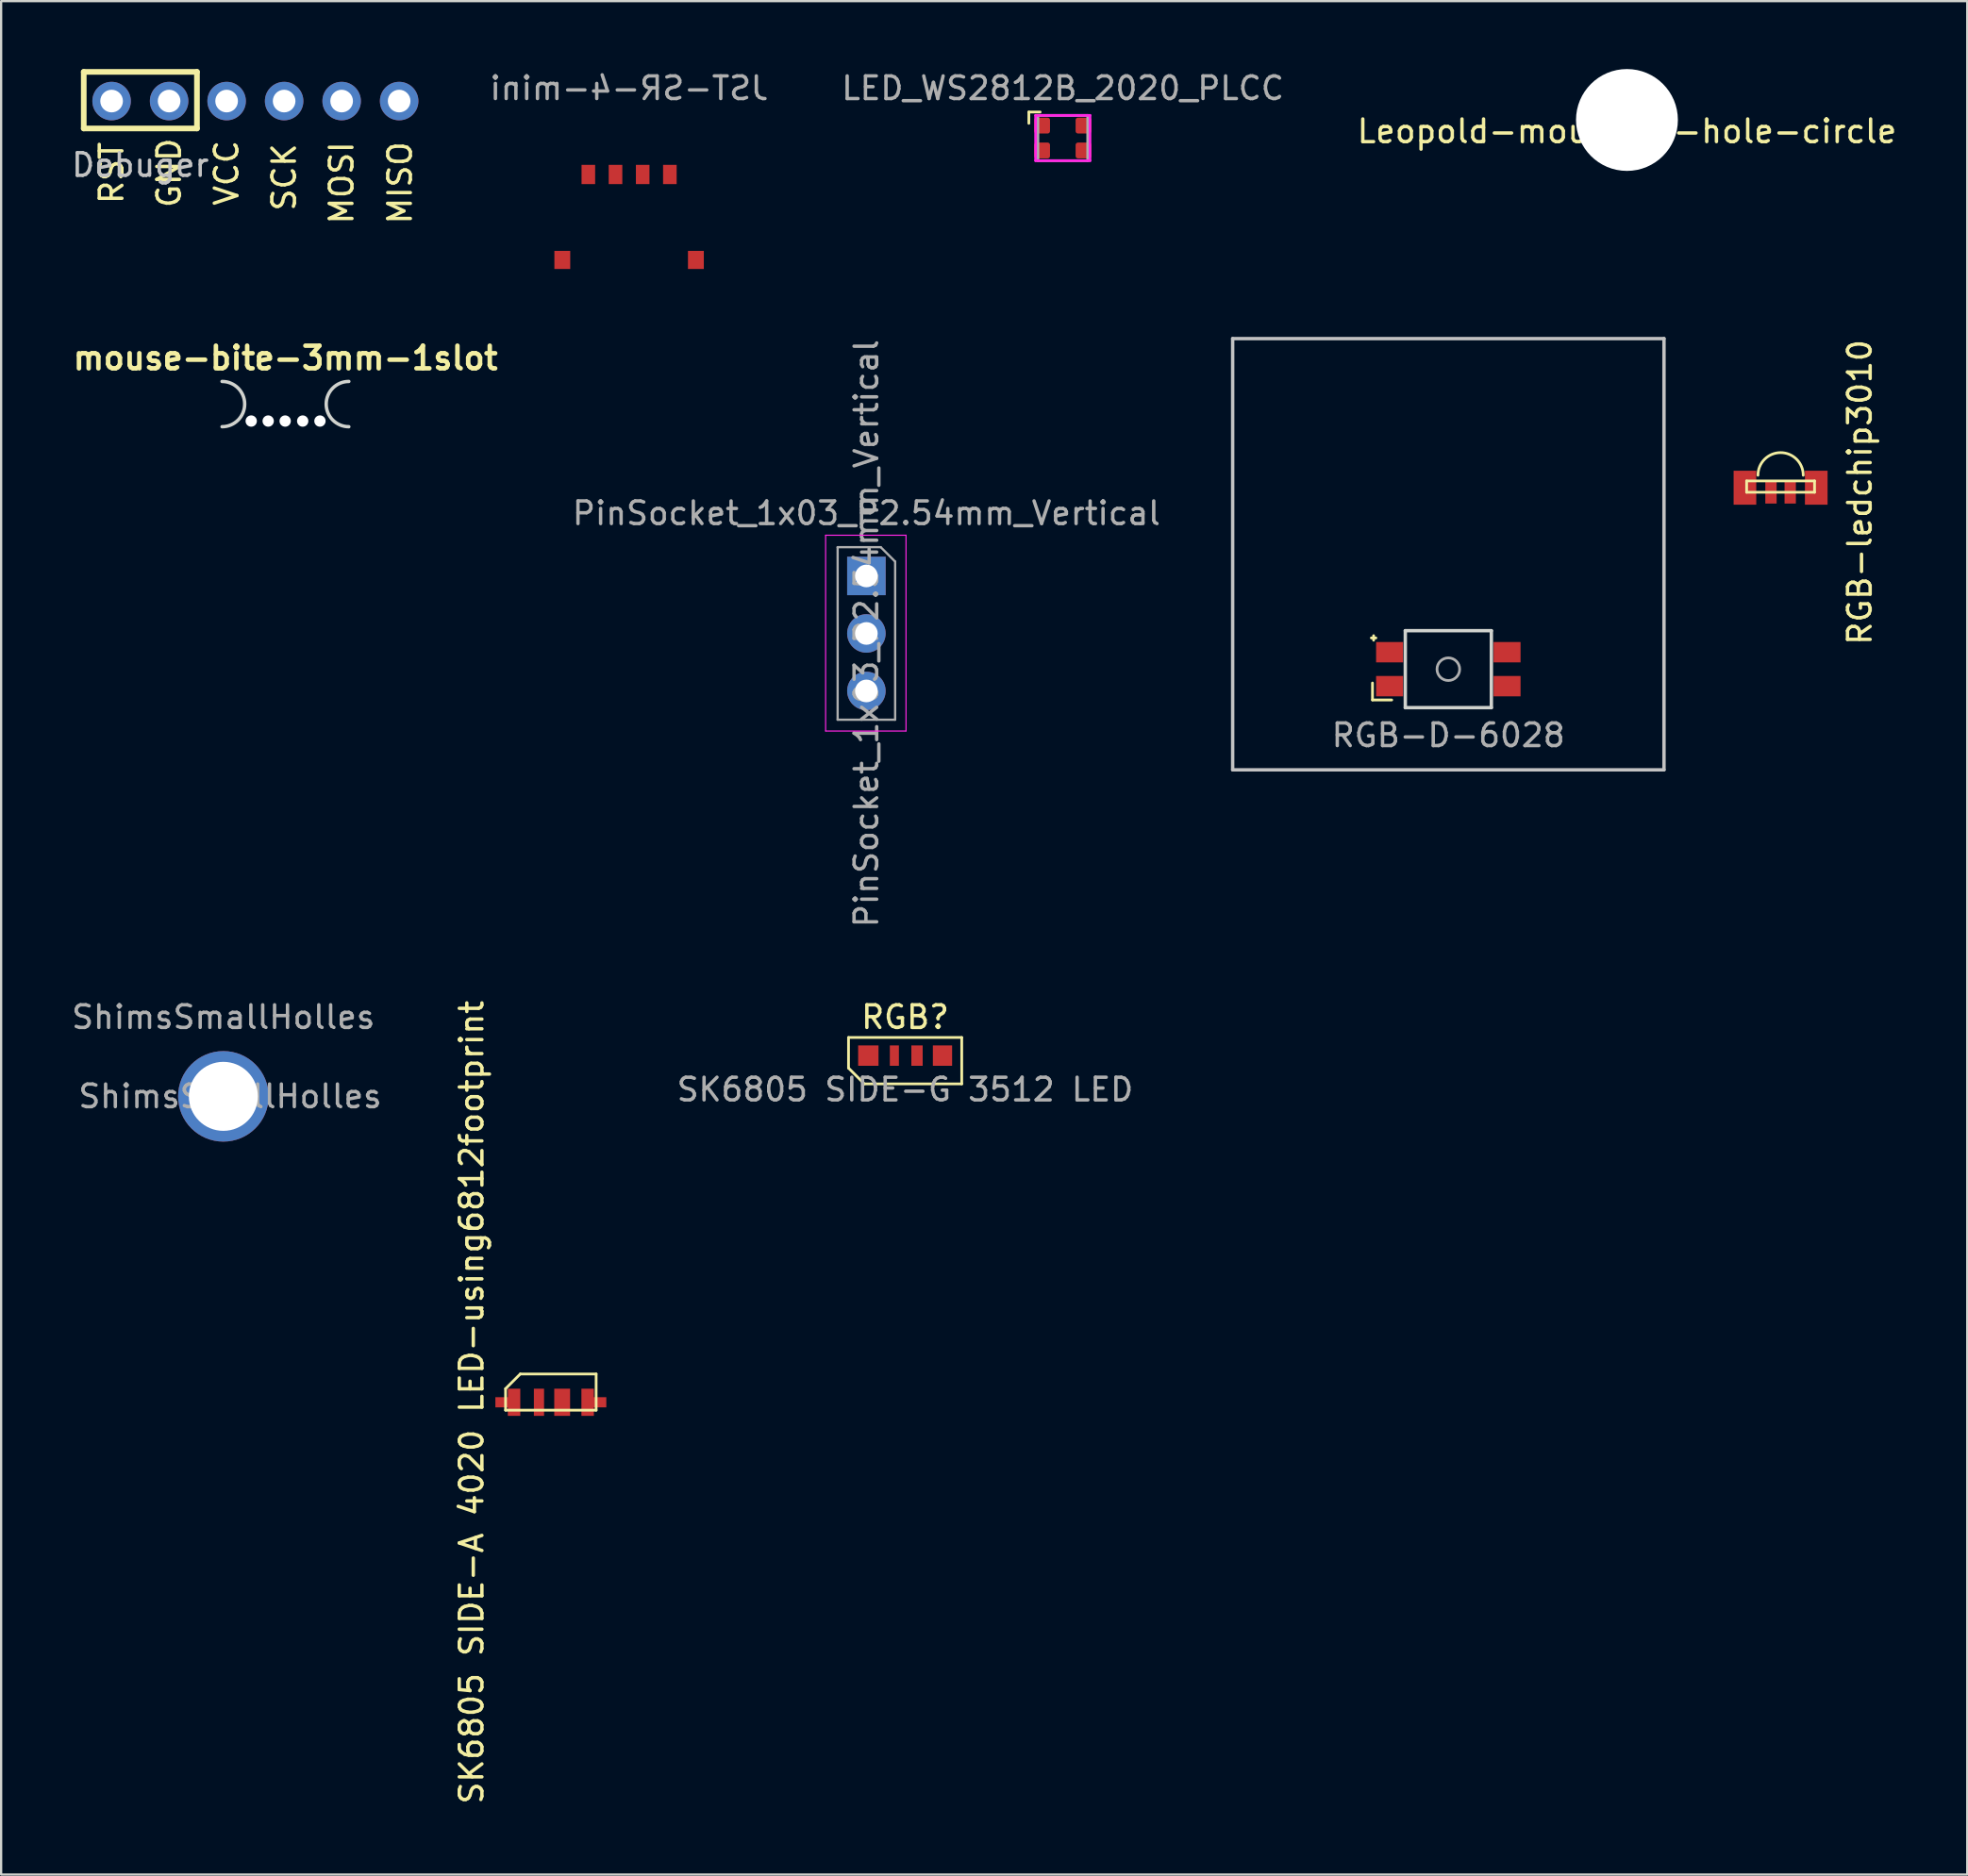
<source format=kicad_pcb>
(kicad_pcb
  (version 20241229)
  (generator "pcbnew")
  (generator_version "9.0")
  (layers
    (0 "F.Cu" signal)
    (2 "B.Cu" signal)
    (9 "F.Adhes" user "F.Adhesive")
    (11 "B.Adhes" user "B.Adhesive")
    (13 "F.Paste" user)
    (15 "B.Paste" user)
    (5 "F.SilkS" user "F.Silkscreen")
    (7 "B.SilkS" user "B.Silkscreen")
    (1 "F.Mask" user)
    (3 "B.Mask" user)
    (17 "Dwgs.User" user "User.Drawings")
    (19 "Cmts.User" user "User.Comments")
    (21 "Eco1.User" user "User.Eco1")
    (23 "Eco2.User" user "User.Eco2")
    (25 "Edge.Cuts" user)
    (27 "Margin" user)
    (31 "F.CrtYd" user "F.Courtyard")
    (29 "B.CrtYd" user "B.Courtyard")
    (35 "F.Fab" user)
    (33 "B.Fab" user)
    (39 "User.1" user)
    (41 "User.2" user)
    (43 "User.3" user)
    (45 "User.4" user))
  (footprint "SK6805 SIDE-A 4020 LED-using6812footprint"
    (layer "F.Cu")
    (at 21.279 58.899)
    (property "Reference" "SK6805 SIDE-A 4020 LED-using6812footprint" (at -3.5 0 270) (layer "F.SilkS") (effects (font (size 1 1) (thickness 0.15))))
    (attr through_hole)
    (fp_line (start -2 -0.6) (end -1.35 -1.25) (stroke (width 0.12) (type solid)) (layer "F.SilkS"))
    (fp_line (start -2 0.35) (end -2 -0.6) (stroke (width 0.12) (type solid)) (layer "F.SilkS"))
    (fp_line (start -1.35 -1.25) (end 2 -1.25) (stroke (width 0.12) (type solid)) (layer "F.SilkS"))
    (fp_line (start 2 0.35) (end -2 0.35) (stroke (width 0.12) (type solid)) (layer "F.SilkS"))
    (fp_line (start 2 0.35) (end 2 -1.25) (stroke (width 0.12) (type solid)) (layer "F.SilkS"))
    (pad "1" smd rect (at 1.625 0 180) (size 0.55 1.2) (layers "F.Cu" "F.Mask" "F.Paste"))
    (pad "1" smd rect (at 2.125 0) (size 0.65 0.45) (layers "F.Cu" "F.Mask" "F.Paste"))
    (pad "2" smd rect (at -2.125 0 180) (size 0.65 0.45) (layers "F.Cu" "F.Mask" "F.Paste"))
    (pad "2" smd rect (at -1.625 0) (size 0.55 1.2) (layers "F.Cu" "F.Mask" "F.Paste"))
    (pad "3" smd rect (at -0.525 0) (size 0.45 1.2) (layers "F.Cu" "F.Mask" "F.Paste"))
    (pad "4" smd rect (at 0.5 0) (size 0.7 1.2) (layers "F.Cu" "F.Mask" "F.Paste")))
  (footprint "Debuger"
    (layer "F.Cu")
    (at 8.229 1.415)
    (property "Reference" "Debuger" (at -5.08 2.825 0) (layer "Dwgs.User") (effects (font (size 1 1) (thickness 0.15))))
    (attr exclude_from_pos_files exclude_from_bom)
    (fp_line (start -7.58 -1.29) (end -2.58 -1.29) (stroke (width 0.25) (type solid)) (layer "F.SilkS"))
    (fp_line (start -7.58 1.21) (end -7.58 -1.29) (stroke (width 0.25) (type solid)) (layer "F.SilkS"))
    (fp_line (start -2.58 -1.29) (end -2.58 1.21) (stroke (width 0.25) (type solid)) (layer "F.SilkS"))
    (fp_line (start -2.58 1.21) (end -7.58 1.21) (stroke (width 0.25) (type solid)) (layer "F.SilkS"))
    (fp_text user "RST" (at -6.35 3.175 90) (layer "F.SilkS") (effects (font (size 1 1) (thickness 0.15))))
    (fp_text user "VCC" (at -1.27 3.175 90) (layer "F.SilkS") (effects (font (size 1 1) (thickness 0.15))))
    (fp_text user "MISO" (at 6.39 3.615 90) (layer "F.SilkS") (effects (font (size 1 1) (thickness 0.15))))
    (fp_text user "SCK" (at 1.27 3.365 90) (layer "F.SilkS") (effects (font (size 1 1) (thickness 0.15))))
    (fp_text user "MOSI" (at 3.81 3.615 270) (layer "F.SilkS") (effects (font (size 1 1) (thickness 0.15))))
    (fp_text user "GND" (at -3.81 3.175 270) (layer "F.SilkS") (effects (font (size 1 1) (thickness 0.15))))
    (pad "1" thru_hole circle (at 6.35 0 90) (size 1.7 1.7) (drill 1) (layers "*.Cu" "*.Mask"))
    (pad "2" thru_hole circle (at -1.27 0) (size 1.7 1.7) (drill 1) (layers "*.Cu" "*.Mask"))
    (pad "3" thru_hole circle (at 1.27 0 90) (size 1.7 1.7) (drill 1) (layers "*.Cu" "*.Mask"))
    (pad "4" thru_hole circle (at 3.81 0 270) (size 1.7 1.7) (drill 1) (layers "*.Cu" "*.Mask"))
    (pad "5" thru_hole circle (at -6.35 0) (size 1.7 1.7) (drill 1) (layers "*.Cu" "*.Mask"))
    (pad "6" thru_hole circle (at -3.81 0) (size 1.7 1.7) (drill 1) (layers "*.Cu" "*.Mask")))
  (footprint "mouse-bite-3mm-1slot"
    (layer "F.Cu")
    (at 9.557 14.801)
    (property "Reference" "mouse-bite-3mm-1slot" (at 0 -2.032 0) (layer "F.SilkS") (effects (font (size 1 1) (thickness 0.2))))
    (attr through_hole)
    (fp_arc (start -2.8 -1) (mid -1.8 0) (end -2.8 1) (stroke (width 0.15) (type solid)) (layer "Edge.Cuts"))
    (fp_arc (start 2.8 1) (mid 1.8 0) (end 2.8 -1) (stroke (width 0.15) (type solid)) (layer "Edge.Cuts"))
    (pad "" np_thru_hole circle (at -1.512 0.75) (size 0.5 0.5) (drill 0.5) (layers "*.Cu" "*.Mask"))
    (pad "" np_thru_hole circle (at -0.762 0.75) (size 0.5 0.5) (drill 0.5) (layers "*.Cu" "*.Mask"))
    (pad "" np_thru_hole circle (at -0.012 0.75) (size 0.5 0.5) (drill 0.5) (layers "*.Cu" "*.Mask"))
    (pad "" np_thru_hole circle (at 0.762 0.75) (size 0.5 0.5) (drill 0.5) (layers "*.Cu" "*.Mask"))
    (pad "" np_thru_hole circle (at 1.524 0.75) (size 0.5 0.5) (drill 0.5) (layers "*.Cu" "*.Mask")))
  (footprint "LED_WS2812B_2020_PLCC"
    (layer "F.Cu")
    (at 43.89 3.048)
    (property "Reference" "LED_WS2812B_2020_PLCC" (at 0 -2.2 0) (layer "F.Fab") (effects (font (size 1 1) (thickness 0.15))))
    (attr smd)
    (fp_line (start -1.5 -1.15) (end -1.5 -0.65) (stroke (width 0.12) (type solid)) (layer "F.SilkS"))
    (fp_line (start -1.5 -1.15) (end -1 -1.15) (stroke (width 0.12) (type solid)) (layer "F.SilkS"))
    (fp_line (start -1.2 -1) (end -1.2 1) (stroke (width 0.12) (type solid)) (layer "F.CrtYd"))
    (fp_line (start -1.2 -1) (end 1.2 -1) (stroke (width 0.12) (type solid)) (layer "F.CrtYd"))
    (fp_line (start -1.2 1) (end 1.2 1) (stroke (width 0.12) (type solid)) (layer "F.CrtYd"))
    (fp_line (start 1.2 1) (end 1.2 -1) (stroke (width 0.12) (type solid)) (layer "F.CrtYd"))
    (fp_line (start -1.1 -1) (end -1.1 1) (stroke (width 0.12) (type solid)) (layer "F.Fab"))
    (fp_line (start -1.1 -1) (end 1.1 -1) (stroke (width 0.12) (type solid)) (layer "F.Fab"))
    (fp_line (start 1.1 -1) (end 1.1 1) (stroke (width 0.12) (type solid)) (layer "F.Fab"))
    (fp_line (start 1.1 1) (end -1.1 1) (stroke (width 0.12) (type solid)) (layer "F.Fab"))
    (pad "1" smd roundrect (at -0.915 -0.55) (size 0.7 0.7) (layers "F.Cu" "F.Mask" "F.Paste") (roundrect_rratio 0.15))
    (pad "2" smd roundrect (at -0.915 0.55) (size 0.7 0.7) (layers "F.Cu" "F.Mask" "F.Paste") (roundrect_rratio 0.15))
    (pad "3" smd roundrect (at 0.915 0.55) (size 0.7 0.7) (layers "F.Cu" "F.Mask" "F.Paste") (roundrect_rratio 0.15))
    (pad "4" smd roundrect (at 0.915 -0.55) (size 0.7 0.7) (layers "F.Cu" "F.Mask" "F.Paste") (roundrect_rratio 0.15)))
  (footprint "JST-SR-4-mini"
    (layer "F.Cu")
    (at 24.735 4.658)
    (property "Reference" "JST-SR-4-mini" (at 0 -3.81 180) (layer "F.Fab") (effects (font (size 1 1) (thickness 0.15)) (justify mirror)))
    (attr smd)
    (pad "" smd rect (at -2.95 3.775) (size 0.7 0.8) (layers "F.Cu" "F.Mask" "F.Paste"))
    (pad "" smd rect (at 2.95 3.775) (size 0.7 0.8) (layers "F.Cu" "F.Mask" "F.Paste"))
    (pad "1" smd rect (at -1.8 0) (size 0.6 0.85) (layers "F.Cu" "F.Mask" "F.Paste"))
    (pad "2" smd rect (at -0.6 0) (size 0.6 0.85) (layers "F.Cu" "F.Mask" "F.Paste"))
    (pad "3" smd rect (at 0.6 0) (size 0.6 0.85) (layers "F.Cu" "F.Mask" "F.Paste"))
    (pad "4" smd rect (at 1.8 0) (size 0.6 0.85) (layers "F.Cu" "F.Mask" "F.Paste")))
  (footprint "PinSocket_1x03_P2.54mm_Vertical"
    (layer "F.Cu")
    (at 35.215 24.934)
    (property "Reference" "PinSocket_1x03_P2.54mm_Vertical" (at 0 -5.31 0) (layer "F.Fab") (effects (font (size 1 1) (thickness 0.15))))
    (attr through_hole)
    (fp_line (start -1.8 -4.34) (end 1.75 -4.34) (stroke (width 0.05) (type solid)) (layer "F.CrtYd"))
    (fp_line (start -1.8 4.31) (end -1.8 -4.34) (stroke (width 0.05) (type solid)) (layer "F.CrtYd"))
    (fp_line (start 1.75 -4.34) (end 1.75 4.31) (stroke (width 0.05) (type solid)) (layer "F.CrtYd"))
    (fp_line (start 1.75 4.31) (end -1.8 4.31) (stroke (width 0.05) (type solid)) (layer "F.CrtYd"))
    (fp_line (start -1.27 -3.81) (end 0.635 -3.81) (stroke (width 0.1) (type solid)) (layer "F.Fab"))
    (fp_line (start -1.27 3.81) (end -1.27 -3.81) (stroke (width 0.1) (type solid)) (layer "F.Fab"))
    (fp_line (start 0.635 -3.81) (end 1.27 -3.175) (stroke (width 0.1) (type solid)) (layer "F.Fab"))
    (fp_line (start 1.27 -3.175) (end 1.27 3.81) (stroke (width 0.1) (type solid)) (layer "F.Fab"))
    (fp_line (start 1.27 3.81) (end -1.27 3.81) (stroke (width 0.1) (type solid)) (layer "F.Fab"))
    (fp_text user "${REFERENCE}" (at 0 0 90) (layer "F.Fab") (effects (font (size 1 1) (thickness 0.15))))
    (pad "1" thru_hole rect (at 0 -2.54) (size 1.7 1.7) (drill 1) (layers "*.Cu" "*.Mask"))
    (pad "2" thru_hole oval (at 0 0) (size 1.7 1.7) (drill 1) (layers "*.Cu" "*.Mask"))
    (pad "3" thru_hole oval (at 0 2.54) (size 1.7 1.7) (drill 1) (layers "*.Cu" "*.Mask")))
  (footprint "RGB-ledchip3010"
    (layer "F.Cu")
    (at 75.592 18.696)
    (property "Reference" "RGB-ledchip3010" (at 3.5 0 90) (layer "F.SilkS") (effects (font (size 1 1) (thickness 0.15))))
    (attr through_hole)
    (fp_line (start -1.5 -0.5) (end 1.5 -0.5) (stroke (width 0.12) (type solid)) (layer "F.SilkS"))
    (fp_line (start -1.5 0) (end -1.5 -0.5) (stroke (width 0.12) (type solid)) (layer "F.SilkS"))
    (fp_line (start 1.5 -0.5) (end 1.5 0) (stroke (width 0.12) (type solid)) (layer "F.SilkS"))
    (fp_line (start 1.5 0) (end -1.5 0) (stroke (width 0.12) (type solid)) (layer "F.SilkS"))
    (fp_arc (start -1 -0.75) (mid 0 -1.75) (end 1 -0.75) (stroke (width 0.12) (type solid)) (layer "F.SilkS"))
    (pad "1" smd rect (at 1.575 -0.2) (size 1 1.5) (layers "F.Cu" "F.Mask" "F.Paste"))
    (pad "2" smd rect (at 0.425 0) (size 0.5 1) (layers "F.Cu" "F.Mask" "F.Paste"))
    (pad "3" smd rect (at -0.425 0) (size 0.5 1) (layers "F.Cu" "F.Mask" "F.Paste"))
    (pad "4" smd rect (at -1.575 -0.2) (size 1 1.5) (layers "F.Cu" "F.Mask" "F.Paste")))
  (footprint "RGB-D-6028"
    (layer "F.Cu")
    (at 60.917 21.433)
    (property "Reference" "RGB-D-6028" (at 0 8 0) (layer "F.Fab") (effects (font (size 1 1) (thickness 0.15))))
    (attr smd)
    (fp_line (start -3.4 3.7) (end -3.2 3.7) (stroke (width 0.12) (type solid)) (layer "F.SilkS"))
    (fp_line (start -3.35 6.44) (end -3.35 5.69) (stroke (width 0.12) (type solid)) (layer "F.SilkS"))
    (fp_line (start -3.3 3.6) (end -3.3 3.8) (stroke (width 0.12) (type solid)) (layer "F.SilkS"))
    (fp_line (start -2.5 6.44) (end -3.35 6.44) (stroke (width 0.12) (type solid)) (layer "F.SilkS"))
    (fp_line (start -9.525 -9.525) (end 9.525 -9.525) (stroke (width 0.15) (type solid)) (layer "Dwgs.User"))
    (fp_line (start -9.525 9.525) (end -9.525 -9.525) (stroke (width 0.15) (type solid)) (layer "Dwgs.User"))
    (fp_line (start 9.525 -9.525) (end 9.525 9.525) (stroke (width 0.15) (type solid)) (layer "Dwgs.User"))
    (fp_line (start 9.525 9.525) (end -9.525 9.525) (stroke (width 0.15) (type solid)) (layer "Dwgs.User"))
    (fp_line (start -1.9 3.38) (end -1.9 6.78) (stroke (width 0.15) (type solid)) (layer "Edge.Cuts"))
    (fp_line (start 1.9 3.38) (end -1.9 3.38) (stroke (width 0.15) (type solid)) (layer "Edge.Cuts"))
    (fp_line (start 1.9 3.38) (end 1.9 6.78) (stroke (width 0.15) (type solid)) (layer "Edge.Cuts"))
    (fp_line (start 1.9 6.78) (end -1.9 6.78) (stroke (width 0.15) (type solid)) (layer "Edge.Cuts"))
    (fp_circle (center 0 5.08) (end 0.5 5.08) (stroke (width 0.12) (type solid)) (fill no) (layer "F.Fab"))
    (pad "1" smd rect (at 2.595 4.33) (size 1.19 0.9) (layers "F.Cu" "F.Mask" "F.Paste"))
    (pad "2" smd rect (at 2.595 5.83) (size 1.19 0.9) (layers "F.Cu" "F.Mask" "F.Paste"))
    (pad "3" smd rect (at -2.595 4.33) (size 1.19 0.9) (layers "F.Cu" "F.Mask" "F.Paste"))
    (pad "4" smd rect (at -2.595 5.83) (size 1.19 0.9) (layers "F.Cu" "F.Mask" "F.Paste")))
  (footprint "ShimsSmallHolles"
    (layer "F.Cu")
    (at 6.815 45.384)
    (property "Reference" "ShimsSmallHolles" (at 0 -3.5 0) (layer "F.Fab") (effects (font (size 1 1) (thickness 0.15))))
    (attr exclude_from_pos_files exclude_from_bom)
    (fp_text user "${REFERENCE}" (at 0.3 0 0) (layer "F.Fab") (effects (font (size 1 1) (thickness 0.15))))
    (pad "1" thru_hole circle (at 0 0) (size 4 4) (drill 3.048) (layers "*.Cu" "*.Mask")))
  (footprint "Leopold-mounting-hole-circle"
    (layer "F.Cu")
    (at 68.806 2.25)
    (property "Reference" "Leopold-mounting-hole-circle" (at 0 0.5 0) (layer "F.SilkS") (effects (font (size 1 1) (thickness 0.15))))
    (attr through_hole)
    (pad "" np_thru_hole circle (at 0 0) (size 4.5 4.5) (drill 4.5) (layers "*.Cu" "*.Mask")))
  (footprint "SK6805 SIDE-G 3512 LED"
    (layer "F.Cu")
    (at 36.926 43.584)
    (property "Reference" "SK6805 SIDE-G 3512 LED" (at 0 1.5 0) (layer "F.Fab") (effects (font (size 1 1) (thickness 0.15))))
    (attr through_hole)
    (fp_line (start -2.5 -0.8) (end 2.5 -0.8) (stroke (width 0.12) (type solid)) (layer "F.SilkS"))
    (fp_line (start -2.5 0.55) (end -2.5 -0.8) (stroke (width 0.12) (type solid)) (layer "F.SilkS"))
    (fp_line (start -2.5 0.55) (end -1.8 1.25) (stroke (width 0.12) (type solid)) (layer "F.SilkS"))
    (fp_line (start 2.5 -0.8) (end 2.5 1.25) (stroke (width 0.12) (type solid)) (layer "F.SilkS"))
    (fp_line (start 2.5 1.25) (end -1.8 1.25) (stroke (width 0.12) (type solid)) (layer "F.SilkS"))
    (fp_text user "RGB?" (at 0 -1.7 0) (layer "F.SilkS") (effects (font (size 1 1) (thickness 0.15))))
    (pad "1" smd rect (at -1.625 0) (size 0.9 0.9) (layers "F.Cu" "F.Mask" "F.Paste"))
    (pad "2" smd rect (at -0.475 0) (size 0.4 0.9) (layers "F.Cu" "F.Mask" "F.Paste"))
    (pad "3" smd rect (at 0.525 0) (size 0.5 0.9) (layers "F.Cu" "F.Mask" "F.Paste"))
    (pad "4" smd rect (at 1.65 0) (size 0.85 0.9) (layers "F.Cu" "F.Mask" "F.Paste")))
  (gr_rect
    (start -3 -3)
    (end 83.836 79.762)
    (stroke (width 0.1) (type default))
    (fill no)
    (layer "Edge.Cuts")))
</source>
